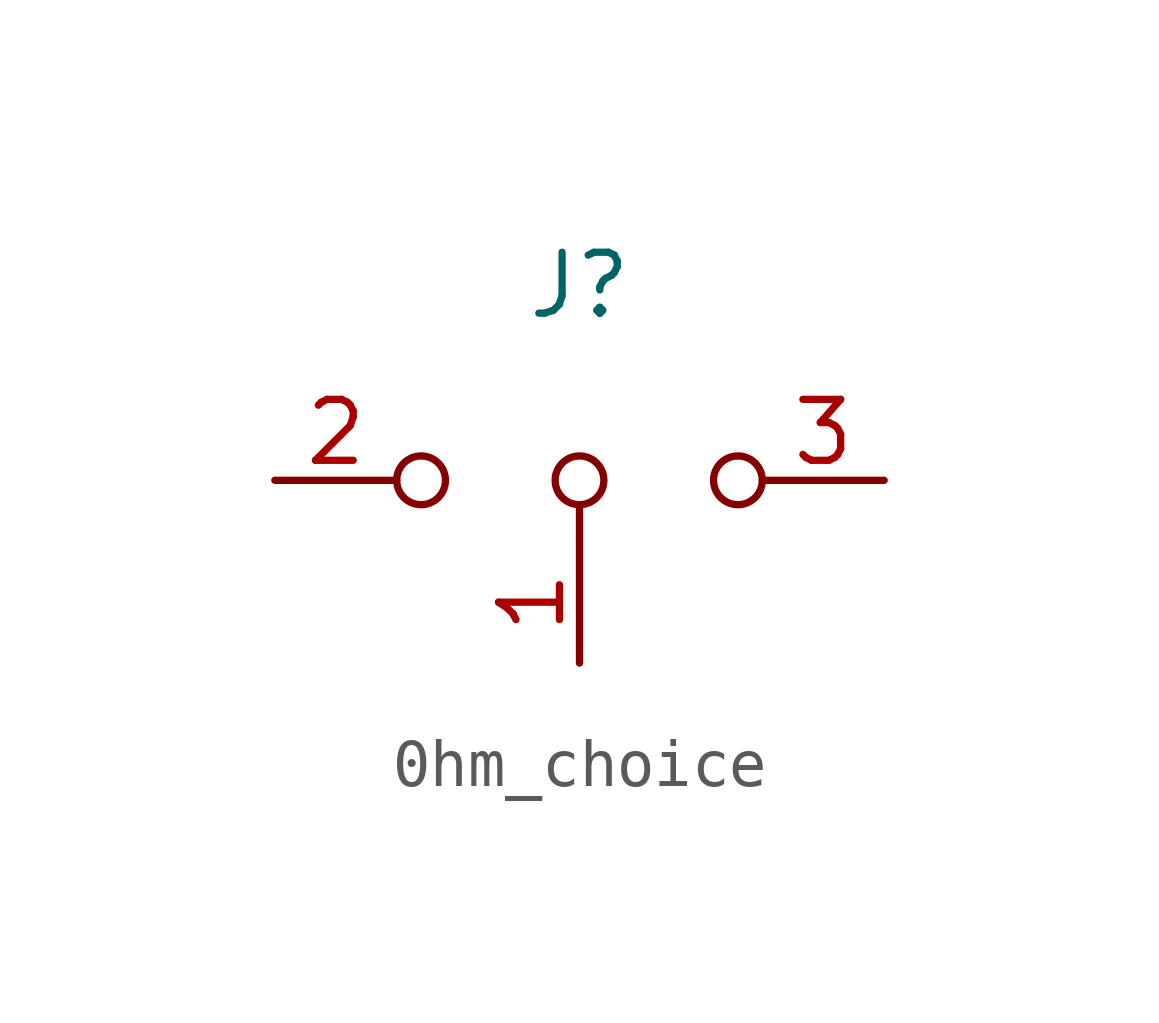
<source format=kicad_sym>
(kicad_symbol_lib
  (version 20231120)
  (generator "kicad_symbol_editor")
  (generator_version "8.0")
  (symbol "0hm_choice"
    (property "Reference" "J"
      (at 0 4.064 0)
      (effects (font (size 1.27 1.27))))
    (property "Value" ""
      (at 0 2.286 0)
      (effects (font (size 1.27 1.27))))
    (symbol "0hm_choice_0_0"
      (circle (center -3.302 0) (radius 0.508) (stroke (width 0) (type default)) (fill (type none)))
      (circle (center 0 0) (radius 0.508) (stroke (width 0) (type default)) (fill (type none)))
      (circle (center 3.302 0) (radius 0.508) (stroke (width 0) (type default)) (fill (type none))))
    (symbol "0hm_choice_0_1"
      (polyline (pts (xy 0 -1.27) (xy 0 -0.508)) (stroke (width 0) (type default)) (fill (type none))))
    (symbol "0hm_choice_1_1"
      (pin passive line (at 0 -3.81 90) (length 2.54) (name "" (effects (font (size 1.27 1.27)))) (number "1" (effects (font (size 1.27 1.27)))))
      (pin passive line (at -6.35 0 0) (length 2.54) (name "" (effects (font (size 1.27 1.27)))) (number "2" (effects (font (size 1.27 1.27)))))
      (pin passive line (at 6.35 0 180) (length 2.54) (name "" (effects (font (size 1.27 1.27)))) (number "3" (effects (font (size 1.27 1.27))))))))
</source>
